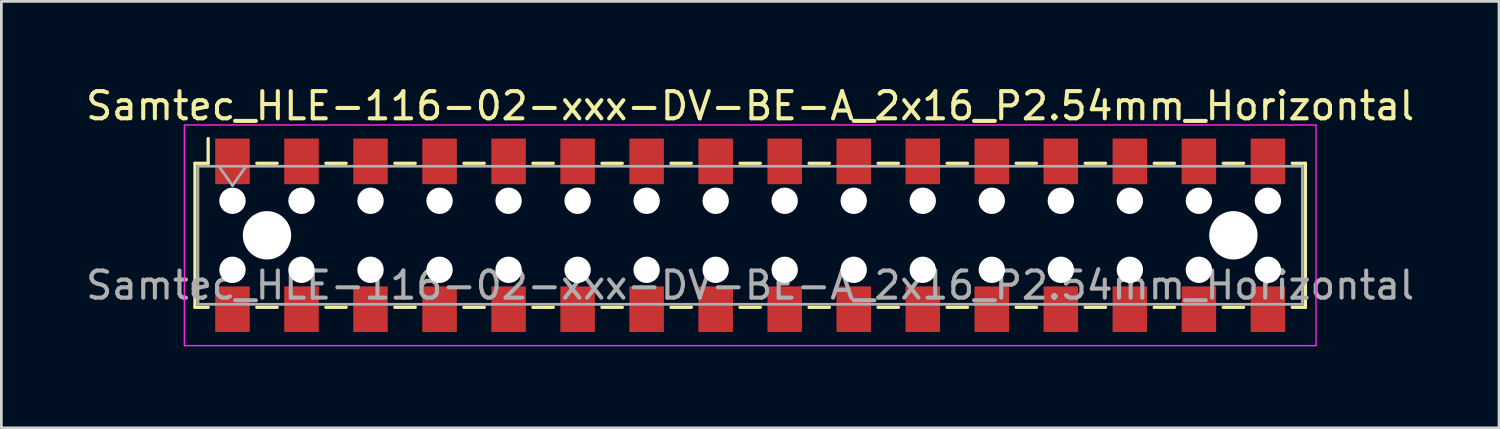
<source format=kicad_pcb>
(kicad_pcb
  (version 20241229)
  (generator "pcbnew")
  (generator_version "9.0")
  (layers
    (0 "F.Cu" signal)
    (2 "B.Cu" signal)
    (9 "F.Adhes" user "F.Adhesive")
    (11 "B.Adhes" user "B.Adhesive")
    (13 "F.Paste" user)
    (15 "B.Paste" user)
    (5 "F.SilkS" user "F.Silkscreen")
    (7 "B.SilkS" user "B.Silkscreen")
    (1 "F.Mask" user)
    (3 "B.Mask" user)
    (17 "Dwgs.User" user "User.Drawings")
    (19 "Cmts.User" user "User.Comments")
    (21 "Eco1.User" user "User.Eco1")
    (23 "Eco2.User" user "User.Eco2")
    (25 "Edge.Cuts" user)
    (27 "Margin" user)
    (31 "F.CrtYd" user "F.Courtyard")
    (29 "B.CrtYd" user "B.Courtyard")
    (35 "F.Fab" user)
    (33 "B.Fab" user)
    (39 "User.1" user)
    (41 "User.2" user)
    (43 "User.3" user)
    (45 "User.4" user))
  (footprint "Samtec_HLE-116-02-xxx-DV-BE-A_2x16_P2.54mm_Horizontal"
    (layer "F.Cu")
    (at 24.554 5.608)
    (property "Reference" "Samtec_HLE-116-02-xxx-DV-BE-A_2x16_P2.54mm_Horizontal" (at 0 -4.76 0) (layer "F.SilkS") (effects (font (size 1 1) (thickness 0.15))))
    (attr smd)
    (fp_line (start -20.43 -2.65) (end -20.43 2.65) (stroke (width 0.12) (type solid)) (layer "F.SilkS"))
    (fp_line (start -20.43 2.65) (end -19.945 2.65) (stroke (width 0.12) (type solid)) (layer "F.SilkS"))
    (fp_line (start -19.945 -3.56) (end -19.945 -2.65) (stroke (width 0.12) (type solid)) (layer "F.SilkS"))
    (fp_line (start -19.945 -2.65) (end -20.43 -2.65) (stroke (width 0.12) (type solid)) (layer "F.SilkS"))
    (fp_line (start -18.155 -2.65) (end -17.405 -2.65) (stroke (width 0.12) (type solid)) (layer "F.SilkS"))
    (fp_line (start -18.155 2.65) (end -17.405 2.65) (stroke (width 0.12) (type solid)) (layer "F.SilkS"))
    (fp_line (start -15.615 -2.65) (end -14.865 -2.65) (stroke (width 0.12) (type solid)) (layer "F.SilkS"))
    (fp_line (start -15.615 2.65) (end -14.865 2.65) (stroke (width 0.12) (type solid)) (layer "F.SilkS"))
    (fp_line (start -13.075 -2.65) (end -12.325 -2.65) (stroke (width 0.12) (type solid)) (layer "F.SilkS"))
    (fp_line (start -13.075 2.65) (end -12.325 2.65) (stroke (width 0.12) (type solid)) (layer "F.SilkS"))
    (fp_line (start -10.535 -2.65) (end -9.785 -2.65) (stroke (width 0.12) (type solid)) (layer "F.SilkS"))
    (fp_line (start -10.535 2.65) (end -9.785 2.65) (stroke (width 0.12) (type solid)) (layer "F.SilkS"))
    (fp_line (start -7.995 -2.65) (end -7.245 -2.65) (stroke (width 0.12) (type solid)) (layer "F.SilkS"))
    (fp_line (start -7.995 2.65) (end -7.245 2.65) (stroke (width 0.12) (type solid)) (layer "F.SilkS"))
    (fp_line (start -5.455 -2.65) (end -4.705 -2.65) (stroke (width 0.12) (type solid)) (layer "F.SilkS"))
    (fp_line (start -5.455 2.65) (end -4.705 2.65) (stroke (width 0.12) (type solid)) (layer "F.SilkS"))
    (fp_line (start -2.915 -2.65) (end -2.165 -2.65) (stroke (width 0.12) (type solid)) (layer "F.SilkS"))
    (fp_line (start -2.915 2.65) (end -2.165 2.65) (stroke (width 0.12) (type solid)) (layer "F.SilkS"))
    (fp_line (start -0.375 -2.65) (end 0.375 -2.65) (stroke (width 0.12) (type solid)) (layer "F.SilkS"))
    (fp_line (start -0.375 2.65) (end 0.375 2.65) (stroke (width 0.12) (type solid)) (layer "F.SilkS"))
    (fp_line (start 2.165 -2.65) (end 2.915 -2.65) (stroke (width 0.12) (type solid)) (layer "F.SilkS"))
    (fp_line (start 2.165 2.65) (end 2.915 2.65) (stroke (width 0.12) (type solid)) (layer "F.SilkS"))
    (fp_line (start 4.705 -2.65) (end 5.455 -2.65) (stroke (width 0.12) (type solid)) (layer "F.SilkS"))
    (fp_line (start 4.705 2.65) (end 5.455 2.65) (stroke (width 0.12) (type solid)) (layer "F.SilkS"))
    (fp_line (start 7.245 -2.65) (end 7.995 -2.65) (stroke (width 0.12) (type solid)) (layer "F.SilkS"))
    (fp_line (start 7.245 2.65) (end 7.995 2.65) (stroke (width 0.12) (type solid)) (layer "F.SilkS"))
    (fp_line (start 9.785 -2.65) (end 10.535 -2.65) (stroke (width 0.12) (type solid)) (layer "F.SilkS"))
    (fp_line (start 9.785 2.65) (end 10.535 2.65) (stroke (width 0.12) (type solid)) (layer "F.SilkS"))
    (fp_line (start 12.325 -2.65) (end 13.075 -2.65) (stroke (width 0.12) (type solid)) (layer "F.SilkS"))
    (fp_line (start 12.325 2.65) (end 13.075 2.65) (stroke (width 0.12) (type solid)) (layer "F.SilkS"))
    (fp_line (start 14.865 -2.65) (end 15.615 -2.65) (stroke (width 0.12) (type solid)) (layer "F.SilkS"))
    (fp_line (start 14.865 2.65) (end 15.615 2.65) (stroke (width 0.12) (type solid)) (layer "F.SilkS"))
    (fp_line (start 17.405 -2.65) (end 18.155 -2.65) (stroke (width 0.12) (type solid)) (layer "F.SilkS"))
    (fp_line (start 17.405 2.65) (end 18.155 2.65) (stroke (width 0.12) (type solid)) (layer "F.SilkS"))
    (fp_line (start 19.945 -2.65) (end 20.43 -2.65) (stroke (width 0.12) (type solid)) (layer "F.SilkS"))
    (fp_line (start 20.43 -2.65) (end 20.43 2.65) (stroke (width 0.12) (type solid)) (layer "F.SilkS"))
    (fp_line (start 20.43 2.65) (end 19.945 2.65) (stroke (width 0.12) (type solid)) (layer "F.SilkS"))
    (fp_line (start -20.82 -4.06) (end 20.82 -4.06) (stroke (width 0.05) (type solid)) (layer "F.CrtYd"))
    (fp_line (start -20.82 4.06) (end -20.82 -4.06) (stroke (width 0.05) (type solid)) (layer "F.CrtYd"))
    (fp_line (start 20.82 -4.06) (end 20.82 4.06) (stroke (width 0.05) (type solid)) (layer "F.CrtYd"))
    (fp_line (start 20.82 4.06) (end -20.82 4.06) (stroke (width 0.05) (type solid)) (layer "F.CrtYd"))
    (fp_line (start -20.32 -2.54) (end 20.32 -2.54) (stroke (width 0.1) (type solid)) (layer "F.Fab"))
    (fp_line (start -20.32 2.54) (end -20.32 -2.54) (stroke (width 0.1) (type solid)) (layer "F.Fab"))
    (fp_line (start -19.55 -2.54) (end -19.05 -1.833) (stroke (width 0.1) (type solid)) (layer "F.Fab"))
    (fp_line (start -19.05 -1.833) (end -18.55 -2.54) (stroke (width 0.1) (type solid)) (layer "F.Fab"))
    (fp_line (start 20.32 -2.54) (end 20.32 2.54) (stroke (width 0.1) (type solid)) (layer "F.Fab"))
    (fp_line (start 20.32 2.54) (end -20.32 2.54) (stroke (width 0.1) (type solid)) (layer "F.Fab"))
    (fp_text user "${REFERENCE}" (at 0 1.84 0) (layer "F.Fab") (effects (font (size 1 1) (thickness 0.15))))
    (pad "" np_thru_hole circle (at -19.05 -1.27) (size 0.97 0.97) (drill 0.97) (layers "*.Cu" "*.Mask"))
    (pad "" np_thru_hole circle (at -19.05 1.27) (size 0.97 0.97) (drill 0.97) (layers "*.Cu" "*.Mask"))
    (pad "" np_thru_hole circle (at -17.78 0) (size 1.78 1.78) (drill 1.78) (layers "*.Cu" "*.Mask"))
    (pad "" np_thru_hole circle (at -16.51 -1.27) (size 0.97 0.97) (drill 0.97) (layers "*.Cu" "*.Mask"))
    (pad "" np_thru_hole circle (at -16.51 1.27) (size 0.97 0.97) (drill 0.97) (layers "*.Cu" "*.Mask"))
    (pad "" np_thru_hole circle (at -13.97 -1.27) (size 0.97 0.97) (drill 0.97) (layers "*.Cu" "*.Mask"))
    (pad "" np_thru_hole circle (at -13.97 1.27) (size 0.97 0.97) (drill 0.97) (layers "*.Cu" "*.Mask"))
    (pad "" np_thru_hole circle (at -11.43 -1.27) (size 0.97 0.97) (drill 0.97) (layers "*.Cu" "*.Mask"))
    (pad "" np_thru_hole circle (at -11.43 1.27) (size 0.97 0.97) (drill 0.97) (layers "*.Cu" "*.Mask"))
    (pad "" np_thru_hole circle (at -8.89 -1.27) (size 0.97 0.97) (drill 0.97) (layers "*.Cu" "*.Mask"))
    (pad "" np_thru_hole circle (at -8.89 1.27) (size 0.97 0.97) (drill 0.97) (layers "*.Cu" "*.Mask"))
    (pad "" np_thru_hole circle (at -6.35 -1.27) (size 0.97 0.97) (drill 0.97) (layers "*.Cu" "*.Mask"))
    (pad "" np_thru_hole circle (at -6.35 1.27) (size 0.97 0.97) (drill 0.97) (layers "*.Cu" "*.Mask"))
    (pad "" np_thru_hole circle (at -3.81 -1.27) (size 0.97 0.97) (drill 0.97) (layers "*.Cu" "*.Mask"))
    (pad "" np_thru_hole circle (at -3.81 1.27) (size 0.97 0.97) (drill 0.97) (layers "*.Cu" "*.Mask"))
    (pad "" np_thru_hole circle (at -1.27 -1.27) (size 0.97 0.97) (drill 0.97) (layers "*.Cu" "*.Mask"))
    (pad "" np_thru_hole circle (at -1.27 1.27) (size 0.97 0.97) (drill 0.97) (layers "*.Cu" "*.Mask"))
    (pad "" np_thru_hole circle (at 1.27 -1.27) (size 0.97 0.97) (drill 0.97) (layers "*.Cu" "*.Mask"))
    (pad "" np_thru_hole circle (at 1.27 1.27) (size 0.97 0.97) (drill 0.97) (layers "*.Cu" "*.Mask"))
    (pad "" np_thru_hole circle (at 3.81 -1.27) (size 0.97 0.97) (drill 0.97) (layers "*.Cu" "*.Mask"))
    (pad "" np_thru_hole circle (at 3.81 1.27) (size 0.97 0.97) (drill 0.97) (layers "*.Cu" "*.Mask"))
    (pad "" np_thru_hole circle (at 6.35 -1.27) (size 0.97 0.97) (drill 0.97) (layers "*.Cu" "*.Mask"))
    (pad "" np_thru_hole circle (at 6.35 1.27) (size 0.97 0.97) (drill 0.97) (layers "*.Cu" "*.Mask"))
    (pad "" np_thru_hole circle (at 8.89 -1.27) (size 0.97 0.97) (drill 0.97) (layers "*.Cu" "*.Mask"))
    (pad "" np_thru_hole circle (at 8.89 1.27) (size 0.97 0.97) (drill 0.97) (layers "*.Cu" "*.Mask"))
    (pad "" np_thru_hole circle (at 11.43 -1.27) (size 0.97 0.97) (drill 0.97) (layers "*.Cu" "*.Mask"))
    (pad "" np_thru_hole circle (at 11.43 1.27) (size 0.97 0.97) (drill 0.97) (layers "*.Cu" "*.Mask"))
    (pad "" np_thru_hole circle (at 13.97 -1.27) (size 0.97 0.97) (drill 0.97) (layers "*.Cu" "*.Mask"))
    (pad "" np_thru_hole circle (at 13.97 1.27) (size 0.97 0.97) (drill 0.97) (layers "*.Cu" "*.Mask"))
    (pad "" np_thru_hole circle (at 16.51 -1.27) (size 0.97 0.97) (drill 0.97) (layers "*.Cu" "*.Mask"))
    (pad "" np_thru_hole circle (at 16.51 1.27) (size 0.97 0.97) (drill 0.97) (layers "*.Cu" "*.Mask"))
    (pad "" np_thru_hole circle (at 17.78 0) (size 1.78 1.78) (drill 1.78) (layers "*.Cu" "*.Mask"))
    (pad "" np_thru_hole circle (at 19.05 -1.27) (size 0.97 0.97) (drill 0.97) (layers "*.Cu" "*.Mask"))
    (pad "" np_thru_hole circle (at 19.05 1.27) (size 0.97 0.97) (drill 0.97) (layers "*.Cu" "*.Mask"))
    (pad "1" smd rect (at -19.05 -2.72) (size 1.27 1.68) (layers "F.Cu" "F.Mask" "F.Paste"))
    (pad "2" smd rect (at -19.05 2.72) (size 1.27 1.68) (layers "F.Cu" "F.Mask" "F.Paste"))
    (pad "3" smd rect (at -16.51 -2.72) (size 1.27 1.68) (layers "F.Cu" "F.Mask" "F.Paste"))
    (pad "4" smd rect (at -16.51 2.72) (size 1.27 1.68) (layers "F.Cu" "F.Mask" "F.Paste"))
    (pad "5" smd rect (at -13.97 -2.72) (size 1.27 1.68) (layers "F.Cu" "F.Mask" "F.Paste"))
    (pad "6" smd rect (at -13.97 2.72) (size 1.27 1.68) (layers "F.Cu" "F.Mask" "F.Paste"))
    (pad "7" smd rect (at -11.43 -2.72) (size 1.27 1.68) (layers "F.Cu" "F.Mask" "F.Paste"))
    (pad "8" smd rect (at -11.43 2.72) (size 1.27 1.68) (layers "F.Cu" "F.Mask" "F.Paste"))
    (pad "9" smd rect (at -8.89 -2.72) (size 1.27 1.68) (layers "F.Cu" "F.Mask" "F.Paste"))
    (pad "10" smd rect (at -8.89 2.72) (size 1.27 1.68) (layers "F.Cu" "F.Mask" "F.Paste"))
    (pad "11" smd rect (at -6.35 -2.72) (size 1.27 1.68) (layers "F.Cu" "F.Mask" "F.Paste"))
    (pad "12" smd rect (at -6.35 2.72) (size 1.27 1.68) (layers "F.Cu" "F.Mask" "F.Paste"))
    (pad "13" smd rect (at -3.81 -2.72) (size 1.27 1.68) (layers "F.Cu" "F.Mask" "F.Paste"))
    (pad "14" smd rect (at -3.81 2.72) (size 1.27 1.68) (layers "F.Cu" "F.Mask" "F.Paste"))
    (pad "15" smd rect (at -1.27 -2.72) (size 1.27 1.68) (layers "F.Cu" "F.Mask" "F.Paste"))
    (pad "16" smd rect (at -1.27 2.72) (size 1.27 1.68) (layers "F.Cu" "F.Mask" "F.Paste"))
    (pad "17" smd rect (at 1.27 -2.72) (size 1.27 1.68) (layers "F.Cu" "F.Mask" "F.Paste"))
    (pad "18" smd rect (at 1.27 2.72) (size 1.27 1.68) (layers "F.Cu" "F.Mask" "F.Paste"))
    (pad "19" smd rect (at 3.81 -2.72) (size 1.27 1.68) (layers "F.Cu" "F.Mask" "F.Paste"))
    (pad "20" smd rect (at 3.81 2.72) (size 1.27 1.68) (layers "F.Cu" "F.Mask" "F.Paste"))
    (pad "21" smd rect (at 6.35 -2.72) (size 1.27 1.68) (layers "F.Cu" "F.Mask" "F.Paste"))
    (pad "22" smd rect (at 6.35 2.72) (size 1.27 1.68) (layers "F.Cu" "F.Mask" "F.Paste"))
    (pad "23" smd rect (at 8.89 -2.72) (size 1.27 1.68) (layers "F.Cu" "F.Mask" "F.Paste"))
    (pad "24" smd rect (at 8.89 2.72) (size 1.27 1.68) (layers "F.Cu" "F.Mask" "F.Paste"))
    (pad "25" smd rect (at 11.43 -2.72) (size 1.27 1.68) (layers "F.Cu" "F.Mask" "F.Paste"))
    (pad "26" smd rect (at 11.43 2.72) (size 1.27 1.68) (layers "F.Cu" "F.Mask" "F.Paste"))
    (pad "27" smd rect (at 13.97 -2.72) (size 1.27 1.68) (layers "F.Cu" "F.Mask" "F.Paste"))
    (pad "28" smd rect (at 13.97 2.72) (size 1.27 1.68) (layers "F.Cu" "F.Mask" "F.Paste"))
    (pad "29" smd rect (at 16.51 -2.72) (size 1.27 1.68) (layers "F.Cu" "F.Mask" "F.Paste"))
    (pad "30" smd rect (at 16.51 2.72) (size 1.27 1.68) (layers "F.Cu" "F.Mask" "F.Paste"))
    (pad "31" smd rect (at 19.05 -2.72) (size 1.27 1.68) (layers "F.Cu" "F.Mask" "F.Paste"))
    (pad "32" smd rect (at 19.05 2.72) (size 1.27 1.68) (layers "F.Cu" "F.Mask" "F.Paste")))
  (gr_rect
    (start -3 -3)
    (end 52.107 12.693)
    (stroke (width 0.1) (type default))
    (fill no)
    (layer "Edge.Cuts")))
</source>
